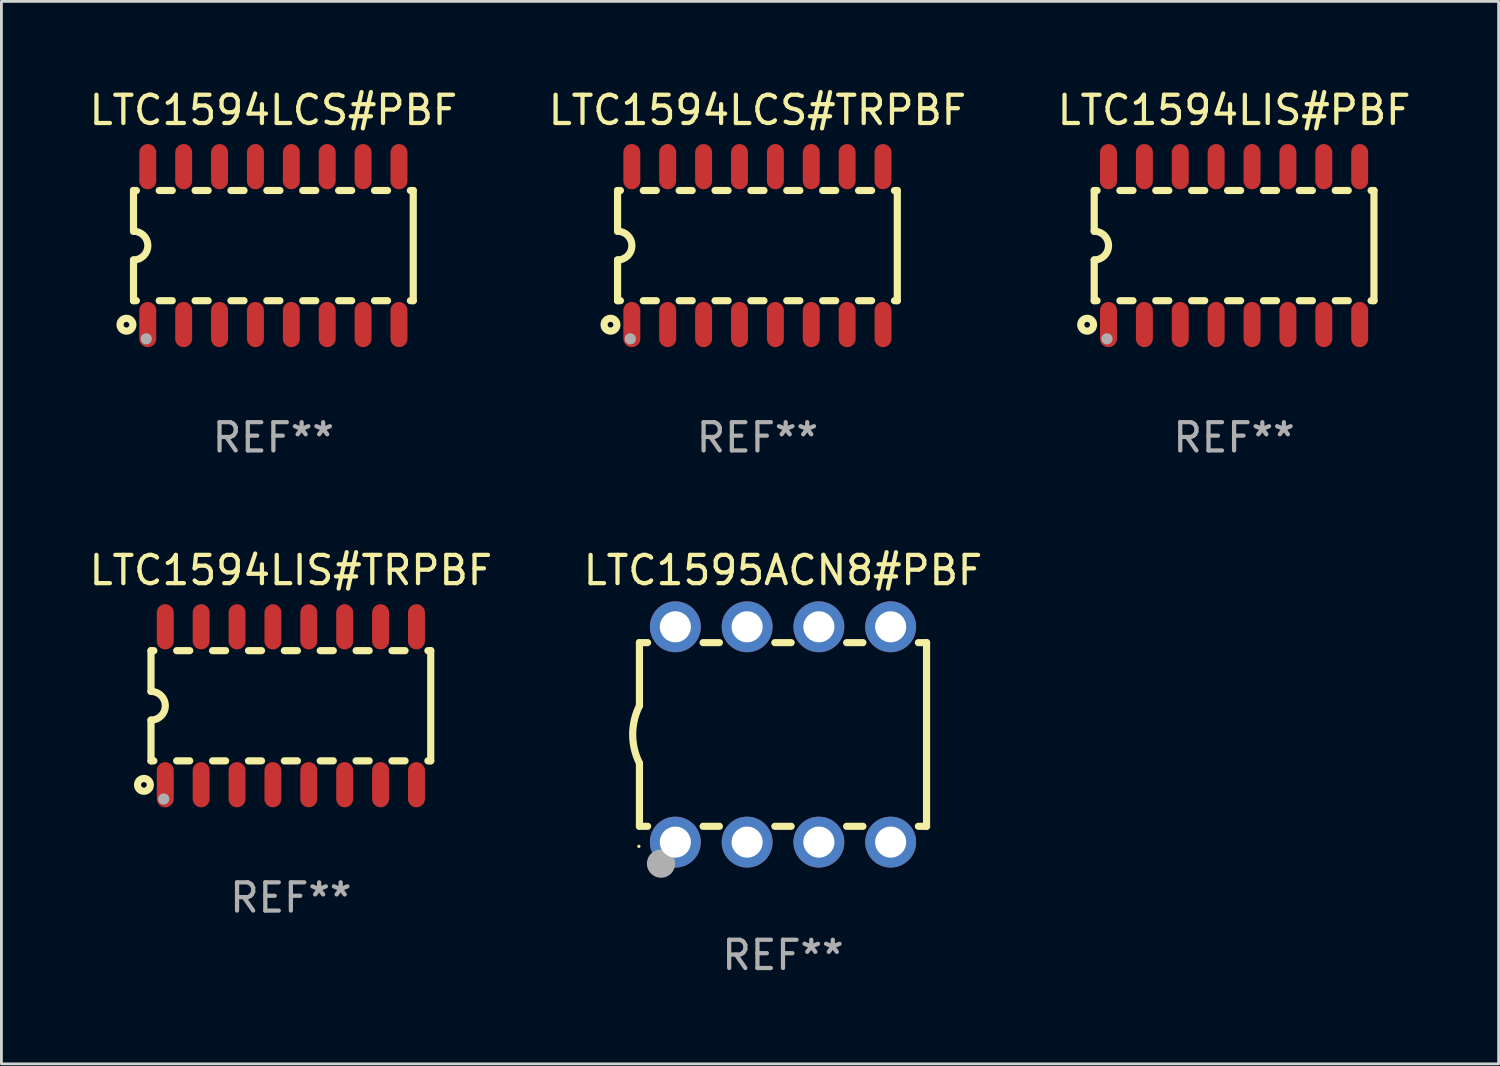
<source format=kicad_pcb>
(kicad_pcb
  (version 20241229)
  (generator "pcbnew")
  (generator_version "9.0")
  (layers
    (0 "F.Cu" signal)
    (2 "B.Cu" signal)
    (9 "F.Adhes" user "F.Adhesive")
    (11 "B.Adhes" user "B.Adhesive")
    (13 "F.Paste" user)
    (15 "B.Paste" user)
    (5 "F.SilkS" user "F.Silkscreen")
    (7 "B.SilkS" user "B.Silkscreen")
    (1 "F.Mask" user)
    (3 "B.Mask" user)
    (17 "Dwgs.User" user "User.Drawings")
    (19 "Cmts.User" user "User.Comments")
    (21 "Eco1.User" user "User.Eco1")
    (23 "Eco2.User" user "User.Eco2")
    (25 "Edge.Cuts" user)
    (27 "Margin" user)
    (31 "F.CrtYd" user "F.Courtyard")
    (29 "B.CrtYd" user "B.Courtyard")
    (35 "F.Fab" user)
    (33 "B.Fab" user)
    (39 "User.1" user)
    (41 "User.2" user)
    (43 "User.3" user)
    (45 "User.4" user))
  (footprint "LTC1594LCS#TRPBF"
    (layer "F.Cu")
    (at 23.756 5.642)
    (property "Reference" "LTC1594LCS#TRPBF" (at 0 -4.794 0) (layer "F.SilkS") (effects (font (size 1 1) (thickness 0.15))))
    (attr through_hole)
    (fp_line (start -4.95 -1.95) (end -4.95 -0.508) (stroke (width 0.254) (type solid)) (layer "F.SilkS"))
    (fp_line (start -4.95 -1.95) (end -4.849 -1.95) (stroke (width 0.254) (type solid)) (layer "F.SilkS"))
    (fp_line (start -4.95 1.95) (end -4.95 0.508) (stroke (width 0.254) (type solid)) (layer "F.SilkS"))
    (fp_line (start -4.95 1.95) (end -4.849 1.95) (stroke (width 0.254) (type solid)) (layer "F.SilkS"))
    (fp_line (start -4.041 -1.95) (end -3.579 -1.95) (stroke (width 0.254) (type solid)) (layer "F.SilkS"))
    (fp_line (start -4.041 1.95) (end -3.579 1.95) (stroke (width 0.254) (type solid)) (layer "F.SilkS"))
    (fp_line (start -2.771 -1.95) (end -2.309 -1.95) (stroke (width 0.254) (type solid)) (layer "F.SilkS"))
    (fp_line (start -2.771 1.95) (end -2.309 1.95) (stroke (width 0.254) (type solid)) (layer "F.SilkS"))
    (fp_line (start -1.501 -1.95) (end -1.039 -1.95) (stroke (width 0.254) (type solid)) (layer "F.SilkS"))
    (fp_line (start -1.501 1.95) (end -1.039 1.95) (stroke (width 0.254) (type solid)) (layer "F.SilkS"))
    (fp_line (start -0.231 -1.95) (end 0.231 -1.95) (stroke (width 0.254) (type solid)) (layer "F.SilkS"))
    (fp_line (start -0.231 1.95) (end 0.231 1.95) (stroke (width 0.254) (type solid)) (layer "F.SilkS"))
    (fp_line (start 1.039 -1.95) (end 1.501 -1.95) (stroke (width 0.254) (type solid)) (layer "F.SilkS"))
    (fp_line (start 1.039 1.95) (end 1.501 1.95) (stroke (width 0.254) (type solid)) (layer "F.SilkS"))
    (fp_line (start 2.309 -1.95) (end 2.771 -1.95) (stroke (width 0.254) (type solid)) (layer "F.SilkS"))
    (fp_line (start 2.309 1.95) (end 2.771 1.95) (stroke (width 0.254) (type solid)) (layer "F.SilkS"))
    (fp_line (start 3.579 -1.95) (end 4.041 -1.95) (stroke (width 0.254) (type solid)) (layer "F.SilkS"))
    (fp_line (start 3.579 1.95) (end 4.041 1.95) (stroke (width 0.254) (type solid)) (layer "F.SilkS"))
    (fp_line (start 4.849 -1.95) (end 4.95 -1.95) (stroke (width 0.254) (type solid)) (layer "F.SilkS"))
    (fp_line (start 4.849 1.95) (end 4.95 1.95) (stroke (width 0.254) (type solid)) (layer "F.SilkS"))
    (fp_line (start 4.95 -1.95) (end 4.95 1.95) (stroke (width 0.254) (type solid)) (layer "F.SilkS"))
    (fp_arc (start -4.95047 -0.508001) (mid -4.442469 -0.000228) (end -4.950013 0.508001) (stroke (width 0.254001) (type solid)) (layer "F.SilkS"))
    (fp_circle (center -5.2 2.8) (end -5.1 2.8) (stroke (width 0.254) (type solid)) (fill no) (layer "F.SilkS"))
    (fp_circle (center -4.95 2.947) (end -4.92 2.947) (stroke (width 0.06) (type solid)) (fill no) (layer "F.SilkS"))
    (fp_circle (center -4.5 3.3) (end -4.4 3.3) (stroke (width 0.2) (type solid)) (fill no) (layer "F.Fab"))
    (fp_text user "REF**" (at 0 6.794 0) (layer "F.Fab") (effects (font (size 1 1) (thickness 0.15))))
    (pad "1" smd oval (at -4.445 2.794) (size 0.6 1.6) (layers "F.Cu" "F.Mask" "F.Paste"))
    (pad "2" smd oval (at -3.175 2.794) (size 0.6 1.6) (layers "F.Cu" "F.Mask" "F.Paste"))
    (pad "3" smd oval (at -1.905 2.794) (size 0.6 1.6) (layers "F.Cu" "F.Mask" "F.Paste"))
    (pad "4" smd oval (at -0.635 2.794) (size 0.6 1.6) (layers "F.Cu" "F.Mask" "F.Paste"))
    (pad "5" smd oval (at 0.635 2.794) (size 0.6 1.6) (layers "F.Cu" "F.Mask" "F.Paste"))
    (pad "6" smd oval (at 1.905 2.794) (size 0.6 1.6) (layers "F.Cu" "F.Mask" "F.Paste"))
    (pad "7" smd oval (at 3.175 2.794) (size 0.6 1.6) (layers "F.Cu" "F.Mask" "F.Paste"))
    (pad "8" smd oval (at 4.445 2.794) (size 0.6 1.6) (layers "F.Cu" "F.Mask" "F.Paste"))
    (pad "9" smd oval (at 4.445 -2.794) (size 0.6 1.6) (layers "F.Cu" "F.Mask" "F.Paste"))
    (pad "10" smd oval (at 3.175 -2.794) (size 0.6 1.6) (layers "F.Cu" "F.Mask" "F.Paste"))
    (pad "11" smd oval (at 1.905 -2.794) (size 0.6 1.6) (layers "F.Cu" "F.Mask" "F.Paste"))
    (pad "12" smd oval (at 0.635 -2.794) (size 0.6 1.6) (layers "F.Cu" "F.Mask" "F.Paste"))
    (pad "13" smd oval (at -0.635 -2.794) (size 0.6 1.6) (layers "F.Cu" "F.Mask" "F.Paste"))
    (pad "14" smd oval (at -1.905 -2.794) (size 0.6 1.6) (layers "F.Cu" "F.Mask" "F.Paste"))
    (pad "15" smd oval (at -3.175 -2.794) (size 0.6 1.6) (layers "F.Cu" "F.Mask" "F.Paste"))
    (pad "16" smd oval (at -4.445 -2.794) (size 0.6 1.6) (layers "F.Cu" "F.Mask" "F.Paste")))
  (footprint "LTC1594LIS#PBF"
    (layer "F.Cu")
    (at 40.625 5.642)
    (property "Reference" "LTC1594LIS#PBF" (at 0 -4.794 0) (layer "F.SilkS") (effects (font (size 1 1) (thickness 0.15))))
    (attr through_hole)
    (fp_line (start -4.95 -1.95) (end -4.95 -0.508) (stroke (width 0.254) (type solid)) (layer "F.SilkS"))
    (fp_line (start -4.95 -1.95) (end -4.849 -1.95) (stroke (width 0.254) (type solid)) (layer "F.SilkS"))
    (fp_line (start -4.95 1.95) (end -4.95 0.508) (stroke (width 0.254) (type solid)) (layer "F.SilkS"))
    (fp_line (start -4.95 1.95) (end -4.849 1.95) (stroke (width 0.254) (type solid)) (layer "F.SilkS"))
    (fp_line (start -4.041 -1.95) (end -3.579 -1.95) (stroke (width 0.254) (type solid)) (layer "F.SilkS"))
    (fp_line (start -4.041 1.95) (end -3.579 1.95) (stroke (width 0.254) (type solid)) (layer "F.SilkS"))
    (fp_line (start -2.771 -1.95) (end -2.309 -1.95) (stroke (width 0.254) (type solid)) (layer "F.SilkS"))
    (fp_line (start -2.771 1.95) (end -2.309 1.95) (stroke (width 0.254) (type solid)) (layer "F.SilkS"))
    (fp_line (start -1.501 -1.95) (end -1.039 -1.95) (stroke (width 0.254) (type solid)) (layer "F.SilkS"))
    (fp_line (start -1.501 1.95) (end -1.039 1.95) (stroke (width 0.254) (type solid)) (layer "F.SilkS"))
    (fp_line (start -0.231 -1.95) (end 0.231 -1.95) (stroke (width 0.254) (type solid)) (layer "F.SilkS"))
    (fp_line (start -0.231 1.95) (end 0.231 1.95) (stroke (width 0.254) (type solid)) (layer "F.SilkS"))
    (fp_line (start 1.039 -1.95) (end 1.501 -1.95) (stroke (width 0.254) (type solid)) (layer "F.SilkS"))
    (fp_line (start 1.039 1.95) (end 1.501 1.95) (stroke (width 0.254) (type solid)) (layer "F.SilkS"))
    (fp_line (start 2.309 -1.95) (end 2.771 -1.95) (stroke (width 0.254) (type solid)) (layer "F.SilkS"))
    (fp_line (start 2.309 1.95) (end 2.771 1.95) (stroke (width 0.254) (type solid)) (layer "F.SilkS"))
    (fp_line (start 3.579 -1.95) (end 4.041 -1.95) (stroke (width 0.254) (type solid)) (layer "F.SilkS"))
    (fp_line (start 3.579 1.95) (end 4.041 1.95) (stroke (width 0.254) (type solid)) (layer "F.SilkS"))
    (fp_line (start 4.849 -1.95) (end 4.95 -1.95) (stroke (width 0.254) (type solid)) (layer "F.SilkS"))
    (fp_line (start 4.849 1.95) (end 4.95 1.95) (stroke (width 0.254) (type solid)) (layer "F.SilkS"))
    (fp_line (start 4.95 -1.95) (end 4.95 1.95) (stroke (width 0.254) (type solid)) (layer "F.SilkS"))
    (fp_arc (start -4.95047 -0.508001) (mid -4.442469 -0.000228) (end -4.950013 0.508001) (stroke (width 0.254001) (type solid)) (layer "F.SilkS"))
    (fp_circle (center -5.2 2.8) (end -5.1 2.8) (stroke (width 0.254) (type solid)) (fill no) (layer "F.SilkS"))
    (fp_circle (center -4.95 2.947) (end -4.92 2.947) (stroke (width 0.06) (type solid)) (fill no) (layer "F.SilkS"))
    (fp_circle (center -4.5 3.3) (end -4.4 3.3) (stroke (width 0.2) (type solid)) (fill no) (layer "F.Fab"))
    (fp_text user "REF**" (at 0 6.794 0) (layer "F.Fab") (effects (font (size 1 1) (thickness 0.15))))
    (pad "1" smd oval (at -4.445 2.794) (size 0.6 1.6) (layers "F.Cu" "F.Mask" "F.Paste"))
    (pad "2" smd oval (at -3.175 2.794) (size 0.6 1.6) (layers "F.Cu" "F.Mask" "F.Paste"))
    (pad "3" smd oval (at -1.905 2.794) (size 0.6 1.6) (layers "F.Cu" "F.Mask" "F.Paste"))
    (pad "4" smd oval (at -0.635 2.794) (size 0.6 1.6) (layers "F.Cu" "F.Mask" "F.Paste"))
    (pad "5" smd oval (at 0.635 2.794) (size 0.6 1.6) (layers "F.Cu" "F.Mask" "F.Paste"))
    (pad "6" smd oval (at 1.905 2.794) (size 0.6 1.6) (layers "F.Cu" "F.Mask" "F.Paste"))
    (pad "7" smd oval (at 3.175 2.794) (size 0.6 1.6) (layers "F.Cu" "F.Mask" "F.Paste"))
    (pad "8" smd oval (at 4.445 2.794) (size 0.6 1.6) (layers "F.Cu" "F.Mask" "F.Paste"))
    (pad "9" smd oval (at 4.445 -2.794) (size 0.6 1.6) (layers "F.Cu" "F.Mask" "F.Paste"))
    (pad "10" smd oval (at 3.175 -2.794) (size 0.6 1.6) (layers "F.Cu" "F.Mask" "F.Paste"))
    (pad "11" smd oval (at 1.905 -2.794) (size 0.6 1.6) (layers "F.Cu" "F.Mask" "F.Paste"))
    (pad "12" smd oval (at 0.635 -2.794) (size 0.6 1.6) (layers "F.Cu" "F.Mask" "F.Paste"))
    (pad "13" smd oval (at -0.635 -2.794) (size 0.6 1.6) (layers "F.Cu" "F.Mask" "F.Paste"))
    (pad "14" smd oval (at -1.905 -2.794) (size 0.6 1.6) (layers "F.Cu" "F.Mask" "F.Paste"))
    (pad "15" smd oval (at -3.175 -2.794) (size 0.6 1.6) (layers "F.Cu" "F.Mask" "F.Paste"))
    (pad "16" smd oval (at -4.445 -2.794) (size 0.6 1.6) (layers "F.Cu" "F.Mask" "F.Paste")))
  (footprint "LTC1594LIS#TRPBF"
    (layer "F.Cu")
    (at 7.244 21.927)
    (property "Reference" "LTC1594LIS#TRPBF" (at 0 -4.794 0) (layer "F.SilkS") (effects (font (size 1 1) (thickness 0.15))))
    (attr through_hole)
    (fp_line (start -4.95 -1.95) (end -4.95 -0.508) (stroke (width 0.254) (type solid)) (layer "F.SilkS"))
    (fp_line (start -4.95 -1.95) (end -4.849 -1.95) (stroke (width 0.254) (type solid)) (layer "F.SilkS"))
    (fp_line (start -4.95 1.95) (end -4.95 0.508) (stroke (width 0.254) (type solid)) (layer "F.SilkS"))
    (fp_line (start -4.95 1.95) (end -4.849 1.95) (stroke (width 0.254) (type solid)) (layer "F.SilkS"))
    (fp_line (start -4.041 -1.95) (end -3.579 -1.95) (stroke (width 0.254) (type solid)) (layer "F.SilkS"))
    (fp_line (start -4.041 1.95) (end -3.579 1.95) (stroke (width 0.254) (type solid)) (layer "F.SilkS"))
    (fp_line (start -2.771 -1.95) (end -2.309 -1.95) (stroke (width 0.254) (type solid)) (layer "F.SilkS"))
    (fp_line (start -2.771 1.95) (end -2.309 1.95) (stroke (width 0.254) (type solid)) (layer "F.SilkS"))
    (fp_line (start -1.501 -1.95) (end -1.039 -1.95) (stroke (width 0.254) (type solid)) (layer "F.SilkS"))
    (fp_line (start -1.501 1.95) (end -1.039 1.95) (stroke (width 0.254) (type solid)) (layer "F.SilkS"))
    (fp_line (start -0.231 -1.95) (end 0.231 -1.95) (stroke (width 0.254) (type solid)) (layer "F.SilkS"))
    (fp_line (start -0.231 1.95) (end 0.231 1.95) (stroke (width 0.254) (type solid)) (layer "F.SilkS"))
    (fp_line (start 1.039 -1.95) (end 1.501 -1.95) (stroke (width 0.254) (type solid)) (layer "F.SilkS"))
    (fp_line (start 1.039 1.95) (end 1.501 1.95) (stroke (width 0.254) (type solid)) (layer "F.SilkS"))
    (fp_line (start 2.309 -1.95) (end 2.771 -1.95) (stroke (width 0.254) (type solid)) (layer "F.SilkS"))
    (fp_line (start 2.309 1.95) (end 2.771 1.95) (stroke (width 0.254) (type solid)) (layer "F.SilkS"))
    (fp_line (start 3.579 -1.95) (end 4.041 -1.95) (stroke (width 0.254) (type solid)) (layer "F.SilkS"))
    (fp_line (start 3.579 1.95) (end 4.041 1.95) (stroke (width 0.254) (type solid)) (layer "F.SilkS"))
    (fp_line (start 4.849 -1.95) (end 4.95 -1.95) (stroke (width 0.254) (type solid)) (layer "F.SilkS"))
    (fp_line (start 4.849 1.95) (end 4.95 1.95) (stroke (width 0.254) (type solid)) (layer "F.SilkS"))
    (fp_line (start 4.95 -1.95) (end 4.95 1.95) (stroke (width 0.254) (type solid)) (layer "F.SilkS"))
    (fp_arc (start -4.95047 -0.508001) (mid -4.442469 -0.000228) (end -4.950013 0.508001) (stroke (width 0.254001) (type solid)) (layer "F.SilkS"))
    (fp_circle (center -5.2 2.8) (end -5.1 2.8) (stroke (width 0.254) (type solid)) (fill no) (layer "F.SilkS"))
    (fp_circle (center -4.95 2.947) (end -4.92 2.947) (stroke (width 0.06) (type solid)) (fill no) (layer "F.SilkS"))
    (fp_circle (center -4.5 3.3) (end -4.4 3.3) (stroke (width 0.2) (type solid)) (fill no) (layer "F.Fab"))
    (fp_text user "REF**" (at 0 6.794 0) (layer "F.Fab") (effects (font (size 1 1) (thickness 0.15))))
    (pad "1" smd oval (at -4.445 2.794) (size 0.6 1.6) (layers "F.Cu" "F.Mask" "F.Paste"))
    (pad "2" smd oval (at -3.175 2.794) (size 0.6 1.6) (layers "F.Cu" "F.Mask" "F.Paste"))
    (pad "3" smd oval (at -1.905 2.794) (size 0.6 1.6) (layers "F.Cu" "F.Mask" "F.Paste"))
    (pad "4" smd oval (at -0.635 2.794) (size 0.6 1.6) (layers "F.Cu" "F.Mask" "F.Paste"))
    (pad "5" smd oval (at 0.635 2.794) (size 0.6 1.6) (layers "F.Cu" "F.Mask" "F.Paste"))
    (pad "6" smd oval (at 1.905 2.794) (size 0.6 1.6) (layers "F.Cu" "F.Mask" "F.Paste"))
    (pad "7" smd oval (at 3.175 2.794) (size 0.6 1.6) (layers "F.Cu" "F.Mask" "F.Paste"))
    (pad "8" smd oval (at 4.445 2.794) (size 0.6 1.6) (layers "F.Cu" "F.Mask" "F.Paste"))
    (pad "9" smd oval (at 4.445 -2.794) (size 0.6 1.6) (layers "F.Cu" "F.Mask" "F.Paste"))
    (pad "10" smd oval (at 3.175 -2.794) (size 0.6 1.6) (layers "F.Cu" "F.Mask" "F.Paste"))
    (pad "11" smd oval (at 1.905 -2.794) (size 0.6 1.6) (layers "F.Cu" "F.Mask" "F.Paste"))
    (pad "12" smd oval (at 0.635 -2.794) (size 0.6 1.6) (layers "F.Cu" "F.Mask" "F.Paste"))
    (pad "13" smd oval (at -0.635 -2.794) (size 0.6 1.6) (layers "F.Cu" "F.Mask" "F.Paste"))
    (pad "14" smd oval (at -1.905 -2.794) (size 0.6 1.6) (layers "F.Cu" "F.Mask" "F.Paste"))
    (pad "15" smd oval (at -3.175 -2.794) (size 0.6 1.6) (layers "F.Cu" "F.Mask" "F.Paste"))
    (pad "16" smd oval (at -4.445 -2.794) (size 0.6 1.6) (layers "F.Cu" "F.Mask" "F.Paste")))
  (footprint "LTC1595ACN8#PBF"
    (layer "F.Cu")
    (at 24.661 22.943)
    (property "Reference" "LTC1595ACN8#PBF" (at 0 -5.81 0) (layer "F.SilkS") (effects (font (size 1 1) (thickness 0.15))))
    (attr through_hole)
    (fp_line (start -5.08 -3.25) (end -5.08 -1.017) (stroke (width 0.254) (type solid)) (layer "F.SilkS"))
    (fp_line (start -5.08 -3.25) (end -4.792 -3.25) (stroke (width 0.254) (type solid)) (layer "F.SilkS"))
    (fp_line (start -5.08 3.25) (end -5.08 1.015) (stroke (width 0.254) (type solid)) (layer "F.SilkS"))
    (fp_line (start -5.08 3.25) (end -4.792 3.25) (stroke (width 0.254) (type solid)) (layer "F.SilkS"))
    (fp_line (start -2.828 -3.25) (end -2.252 -3.25) (stroke (width 0.254) (type solid)) (layer "F.SilkS"))
    (fp_line (start -2.828 3.25) (end -2.252 3.25) (stroke (width 0.254) (type solid)) (layer "F.SilkS"))
    (fp_line (start -0.288 -3.25) (end 0.288 -3.25) (stroke (width 0.254) (type solid)) (layer "F.SilkS"))
    (fp_line (start -0.288 3.25) (end 0.288 3.25) (stroke (width 0.254) (type solid)) (layer "F.SilkS"))
    (fp_line (start 2.252 -3.25) (end 2.828 -3.25) (stroke (width 0.254) (type solid)) (layer "F.SilkS"))
    (fp_line (start 2.252 3.25) (end 2.828 3.25) (stroke (width 0.254) (type solid)) (layer "F.SilkS"))
    (fp_line (start 4.792 -3.25) (end 5.08 -3.25) (stroke (width 0.254) (type solid)) (layer "F.SilkS"))
    (fp_line (start 4.792 3.25) (end 5.08 3.25) (stroke (width 0.254) (type solid)) (layer "F.SilkS"))
    (fp_line (start 5.08 -3.25) (end 5.08 3.25) (stroke (width 0.254) (type solid)) (layer "F.SilkS"))
    (fp_arc (start -5.08001 1.01524) (mid -5.319856 -0.000762) (end -5.08001 -1.016764) (stroke (width 0.254001) (type solid)) (layer "F.SilkS"))
    (fp_circle (center -5.1 3.96) (end -5.07 3.96) (stroke (width 0.06) (type solid)) (fill no) (layer "F.SilkS"))
    (fp_circle (center -4.318 4.572) (end -4.068 4.572) (stroke (width 0.5) (type solid)) (fill no) (layer "F.Fab"))
    (fp_text user "REF**" (at 0 7.81 0) (layer "F.Fab") (effects (font (size 1 1) (thickness 0.15))))
    (pad "1" thru_hole circle (at -3.81 3.81) (size 1.8 1.8) (drill 1.1) (layers "*.Cu" "*.Mask"))
    (pad "2" thru_hole circle (at -1.27 3.81) (size 1.8 1.8) (drill 1.1) (layers "*.Cu" "*.Mask"))
    (pad "3" thru_hole circle (at 1.27 3.81) (size 1.8 1.8) (drill 1.1) (layers "*.Cu" "*.Mask"))
    (pad "4" thru_hole circle (at 3.81 3.81) (size 1.8 1.8) (drill 1.1) (layers "*.Cu" "*.Mask"))
    (pad "5" thru_hole circle (at 3.81 -3.81) (size 1.8 1.8) (drill 1.1) (layers "*.Cu" "*.Mask"))
    (pad "6" thru_hole circle (at 1.27 -3.81) (size 1.8 1.8) (drill 1.1) (layers "*.Cu" "*.Mask"))
    (pad "7" thru_hole circle (at -1.27 -3.81) (size 1.8 1.8) (drill 1.1) (layers "*.Cu" "*.Mask"))
    (pad "8" thru_hole circle (at -3.81 -3.81) (size 1.8 1.8) (drill 1.1) (layers "*.Cu" "*.Mask")))
  (footprint "LTC1594LCS#PBF"
    (layer "F.Cu")
    (at 6.625 5.642)
    (property "Reference" "LTC1594LCS#PBF" (at 0 -4.794 0) (layer "F.SilkS") (effects (font (size 1 1) (thickness 0.15))))
    (attr through_hole)
    (fp_line (start -4.95 -1.95) (end -4.95 -0.508) (stroke (width 0.254) (type solid)) (layer "F.SilkS"))
    (fp_line (start -4.95 -1.95) (end -4.849 -1.95) (stroke (width 0.254) (type solid)) (layer "F.SilkS"))
    (fp_line (start -4.95 1.95) (end -4.95 0.508) (stroke (width 0.254) (type solid)) (layer "F.SilkS"))
    (fp_line (start -4.95 1.95) (end -4.849 1.95) (stroke (width 0.254) (type solid)) (layer "F.SilkS"))
    (fp_line (start -4.041 -1.95) (end -3.579 -1.95) (stroke (width 0.254) (type solid)) (layer "F.SilkS"))
    (fp_line (start -4.041 1.95) (end -3.579 1.95) (stroke (width 0.254) (type solid)) (layer "F.SilkS"))
    (fp_line (start -2.771 -1.95) (end -2.309 -1.95) (stroke (width 0.254) (type solid)) (layer "F.SilkS"))
    (fp_line (start -2.771 1.95) (end -2.309 1.95) (stroke (width 0.254) (type solid)) (layer "F.SilkS"))
    (fp_line (start -1.501 -1.95) (end -1.039 -1.95) (stroke (width 0.254) (type solid)) (layer "F.SilkS"))
    (fp_line (start -1.501 1.95) (end -1.039 1.95) (stroke (width 0.254) (type solid)) (layer "F.SilkS"))
    (fp_line (start -0.231 -1.95) (end 0.231 -1.95) (stroke (width 0.254) (type solid)) (layer "F.SilkS"))
    (fp_line (start -0.231 1.95) (end 0.231 1.95) (stroke (width 0.254) (type solid)) (layer "F.SilkS"))
    (fp_line (start 1.039 -1.95) (end 1.501 -1.95) (stroke (width 0.254) (type solid)) (layer "F.SilkS"))
    (fp_line (start 1.039 1.95) (end 1.501 1.95) (stroke (width 0.254) (type solid)) (layer "F.SilkS"))
    (fp_line (start 2.309 -1.95) (end 2.771 -1.95) (stroke (width 0.254) (type solid)) (layer "F.SilkS"))
    (fp_line (start 2.309 1.95) (end 2.771 1.95) (stroke (width 0.254) (type solid)) (layer "F.SilkS"))
    (fp_line (start 3.579 -1.95) (end 4.041 -1.95) (stroke (width 0.254) (type solid)) (layer "F.SilkS"))
    (fp_line (start 3.579 1.95) (end 4.041 1.95) (stroke (width 0.254) (type solid)) (layer "F.SilkS"))
    (fp_line (start 4.849 -1.95) (end 4.95 -1.95) (stroke (width 0.254) (type solid)) (layer "F.SilkS"))
    (fp_line (start 4.849 1.95) (end 4.95 1.95) (stroke (width 0.254) (type solid)) (layer "F.SilkS"))
    (fp_line (start 4.95 -1.95) (end 4.95 1.95) (stroke (width 0.254) (type solid)) (layer "F.SilkS"))
    (fp_arc (start -4.95047 -0.508001) (mid -4.442469 -0.000228) (end -4.950013 0.508001) (stroke (width 0.254001) (type solid)) (layer "F.SilkS"))
    (fp_circle (center -5.2 2.8) (end -5.1 2.8) (stroke (width 0.254) (type solid)) (fill no) (layer "F.SilkS"))
    (fp_circle (center -4.95 2.947) (end -4.92 2.947) (stroke (width 0.06) (type solid)) (fill no) (layer "F.SilkS"))
    (fp_circle (center -4.5 3.3) (end -4.4 3.3) (stroke (width 0.2) (type solid)) (fill no) (layer "F.Fab"))
    (fp_text user "REF**" (at 0 6.794 0) (layer "F.Fab") (effects (font (size 1 1) (thickness 0.15))))
    (pad "1" smd oval (at -4.445 2.794) (size 0.6 1.6) (layers "F.Cu" "F.Mask" "F.Paste"))
    (pad "2" smd oval (at -3.175 2.794) (size 0.6 1.6) (layers "F.Cu" "F.Mask" "F.Paste"))
    (pad "3" smd oval (at -1.905 2.794) (size 0.6 1.6) (layers "F.Cu" "F.Mask" "F.Paste"))
    (pad "4" smd oval (at -0.635 2.794) (size 0.6 1.6) (layers "F.Cu" "F.Mask" "F.Paste"))
    (pad "5" smd oval (at 0.635 2.794) (size 0.6 1.6) (layers "F.Cu" "F.Mask" "F.Paste"))
    (pad "6" smd oval (at 1.905 2.794) (size 0.6 1.6) (layers "F.Cu" "F.Mask" "F.Paste"))
    (pad "7" smd oval (at 3.175 2.794) (size 0.6 1.6) (layers "F.Cu" "F.Mask" "F.Paste"))
    (pad "8" smd oval (at 4.445 2.794) (size 0.6 1.6) (layers "F.Cu" "F.Mask" "F.Paste"))
    (pad "9" smd oval (at 4.445 -2.794) (size 0.6 1.6) (layers "F.Cu" "F.Mask" "F.Paste"))
    (pad "10" smd oval (at 3.175 -2.794) (size 0.6 1.6) (layers "F.Cu" "F.Mask" "F.Paste"))
    (pad "11" smd oval (at 1.905 -2.794) (size 0.6 1.6) (layers "F.Cu" "F.Mask" "F.Paste"))
    (pad "12" smd oval (at 0.635 -2.794) (size 0.6 1.6) (layers "F.Cu" "F.Mask" "F.Paste"))
    (pad "13" smd oval (at -0.635 -2.794) (size 0.6 1.6) (layers "F.Cu" "F.Mask" "F.Paste"))
    (pad "14" smd oval (at -1.905 -2.794) (size 0.6 1.6) (layers "F.Cu" "F.Mask" "F.Paste"))
    (pad "15" smd oval (at -3.175 -2.794) (size 0.6 1.6) (layers "F.Cu" "F.Mask" "F.Paste"))
    (pad "16" smd oval (at -4.445 -2.794) (size 0.6 1.6) (layers "F.Cu" "F.Mask" "F.Paste")))
  (gr_rect
    (start -3 -3)
    (end 49.988 34.601)
    (stroke (width 0.1) (type default))
    (fill no)
    (layer "Edge.Cuts")))
</source>
